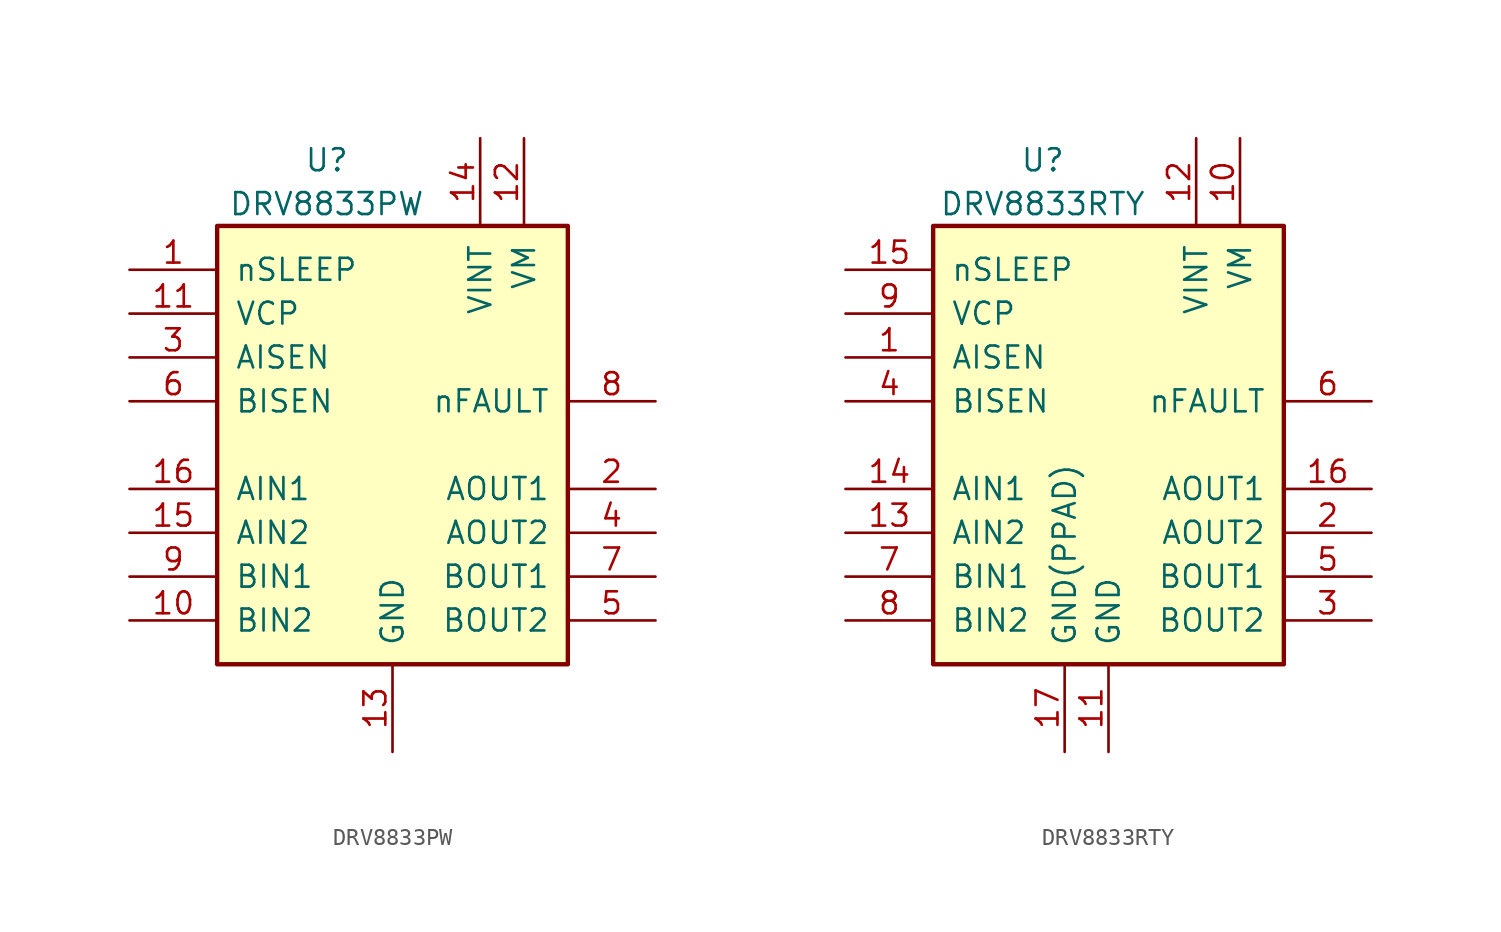
<source format=kicad_sym>
(kicad_symbol_lib
  (version 20220914)
  (generator kicad_symbol_editor)
  (symbol "DRV8833PW"
    (pin_names
      (offset 1.016))
    (property "Reference" "U"
      (at -3.81 16.51 0)
      (effects (font (size 1.27 1.27))))
    (property "Value" "DRV8833PW"
      (at -3.81 13.97 0)
      (effects (font (size 1.27 1.27))))
    (symbol "DRV8833PW_0_1"
      (rectangle (start -10.16 12.7) (end 10.16 -12.7) (stroke (width 0.254) (type default)) (fill (type background))))
    (symbol "DRV8833PW_1_1"
      (pin input line (at -15.24 10.16 0) (length 5.08) (name "nSLEEP" (effects (font (size 1.27 1.27)))) (number "1" (effects (font (size 1.27 1.27)))))
      (pin input line (at -15.24 -10.16 0) (length 5.08) (name "BIN2" (effects (font (size 1.27 1.27)))) (number "10" (effects (font (size 1.27 1.27)))))
      (pin bidirectional line (at -15.24 7.62 0) (length 5.08) (name "VCP" (effects (font (size 1.27 1.27)))) (number "11" (effects (font (size 1.27 1.27)))))
      (pin power_in line (at 7.62 17.78 270) (length 5.08) (name "VM" (effects (font (size 1.27 1.27)))) (number "12" (effects (font (size 1.27 1.27)))))
      (pin power_in line (at 0 -17.78 90) (length 5.08) (name "GND" (effects (font (size 1.27 1.27)))) (number "13" (effects (font (size 1.27 1.27)))))
      (pin power_in line (at 5.08 17.78 270) (length 5.08) (name "VINT" (effects (font (size 1.27 1.27)))) (number "14" (effects (font (size 1.27 1.27)))))
      (pin input line (at -15.24 -5.08 0) (length 5.08) (name "AIN2" (effects (font (size 1.27 1.27)))) (number "15" (effects (font (size 1.27 1.27)))))
      (pin input line (at -15.24 -2.54 0) (length 5.08) (name "AIN1" (effects (font (size 1.27 1.27)))) (number "16" (effects (font (size 1.27 1.27)))))
      (pin power_out line (at 15.24 -2.54 180) (length 5.08) (name "AOUT1" (effects (font (size 1.27 1.27)))) (number "2" (effects (font (size 1.27 1.27)))))
      (pin bidirectional line (at -15.24 5.08 0) (length 5.08) (name "AISEN" (effects (font (size 1.27 1.27)))) (number "3" (effects (font (size 1.27 1.27)))))
      (pin power_out line (at 15.24 -5.08 180) (length 5.08) (name "AOUT2" (effects (font (size 1.27 1.27)))) (number "4" (effects (font (size 1.27 1.27)))))
      (pin power_out line (at 15.24 -10.16 180) (length 5.08) (name "BOUT2" (effects (font (size 1.27 1.27)))) (number "5" (effects (font (size 1.27 1.27)))))
      (pin bidirectional line (at -15.24 2.54 0) (length 5.08) (name "BISEN" (effects (font (size 1.27 1.27)))) (number "6" (effects (font (size 1.27 1.27)))))
      (pin power_out line (at 15.24 -7.62 180) (length 5.08) (name "BOUT1" (effects (font (size 1.27 1.27)))) (number "7" (effects (font (size 1.27 1.27)))))
      (pin open_collector line (at 15.24 2.54 180) (length 5.08) (name "nFAULT" (effects (font (size 1.27 1.27)))) (number "8" (effects (font (size 1.27 1.27)))))
      (pin input line (at -15.24 -7.62 0) (length 5.08) (name "BIN1" (effects (font (size 1.27 1.27)))) (number "9" (effects (font (size 1.27 1.27)))))))
  (symbol "DRV8833RTY"
    (pin_names
      (offset 1.016))
    (property "Reference" "U"
      (at -3.81 16.51 0)
      (effects (font (size 1.27 1.27))))
    (property "Value" "DRV8833RTY"
      (at -3.81 13.97 0)
      (effects (font (size 1.27 1.27))))
    (symbol "DRV8833RTY_0_1"
      (rectangle (start -10.16 12.7) (end 10.16 -12.7) (stroke (width 0.254) (type default)) (fill (type background))))
    (symbol "DRV8833RTY_1_1"
      (pin bidirectional line (at -15.24 5.08 0) (length 5.08) (name "AISEN" (effects (font (size 1.27 1.27)))) (number "1" (effects (font (size 1.27 1.27)))))
      (pin power_in line (at 7.62 17.78 270) (length 5.08) (name "VM" (effects (font (size 1.27 1.27)))) (number "10" (effects (font (size 1.27 1.27)))))
      (pin power_in line (at 0 -17.78 90) (length 5.08) (name "GND" (effects (font (size 1.27 1.27)))) (number "11" (effects (font (size 1.27 1.27)))))
      (pin power_in line (at 5.08 17.78 270) (length 5.08) (name "VINT" (effects (font (size 1.27 1.27)))) (number "12" (effects (font (size 1.27 1.27)))))
      (pin input line (at -15.24 -5.08 0) (length 5.08) (name "AIN2" (effects (font (size 1.27 1.27)))) (number "13" (effects (font (size 1.27 1.27)))))
      (pin input line (at -15.24 -2.54 0) (length 5.08) (name "AIN1" (effects (font (size 1.27 1.27)))) (number "14" (effects (font (size 1.27 1.27)))))
      (pin input line (at -15.24 10.16 0) (length 5.08) (name "nSLEEP" (effects (font (size 1.27 1.27)))) (number "15" (effects (font (size 1.27 1.27)))))
      (pin power_out line (at 15.24 -2.54 180) (length 5.08) (name "AOUT1" (effects (font (size 1.27 1.27)))) (number "16" (effects (font (size 1.27 1.27)))))
      (pin power_in line (at -2.54 -17.78 90) (length 5.08) (name "GND(PPAD)" (effects (font (size 1.27 1.27)))) (number "17" (effects (font (size 1.27 1.27)))))
      (pin power_out line (at 15.24 -5.08 180) (length 5.08) (name "AOUT2" (effects (font (size 1.27 1.27)))) (number "2" (effects (font (size 1.27 1.27)))))
      (pin power_out line (at 15.24 -10.16 180) (length 5.08) (name "BOUT2" (effects (font (size 1.27 1.27)))) (number "3" (effects (font (size 1.27 1.27)))))
      (pin bidirectional line (at -15.24 2.54 0) (length 5.08) (name "BISEN" (effects (font (size 1.27 1.27)))) (number "4" (effects (font (size 1.27 1.27)))))
      (pin power_out line (at 15.24 -7.62 180) (length 5.08) (name "BOUT1" (effects (font (size 1.27 1.27)))) (number "5" (effects (font (size 1.27 1.27)))))
      (pin open_collector line (at 15.24 2.54 180) (length 5.08) (name "nFAULT" (effects (font (size 1.27 1.27)))) (number "6" (effects (font (size 1.27 1.27)))))
      (pin input line (at -15.24 -7.62 0) (length 5.08) (name "BIN1" (effects (font (size 1.27 1.27)))) (number "7" (effects (font (size 1.27 1.27)))))
      (pin input line (at -15.24 -10.16 0) (length 5.08) (name "BIN2" (effects (font (size 1.27 1.27)))) (number "8" (effects (font (size 1.27 1.27)))))
      (pin bidirectional line (at -15.24 7.62 0) (length 5.08) (name "VCP" (effects (font (size 1.27 1.27)))) (number "9" (effects (font (size 1.27 1.27))))))))
</source>
